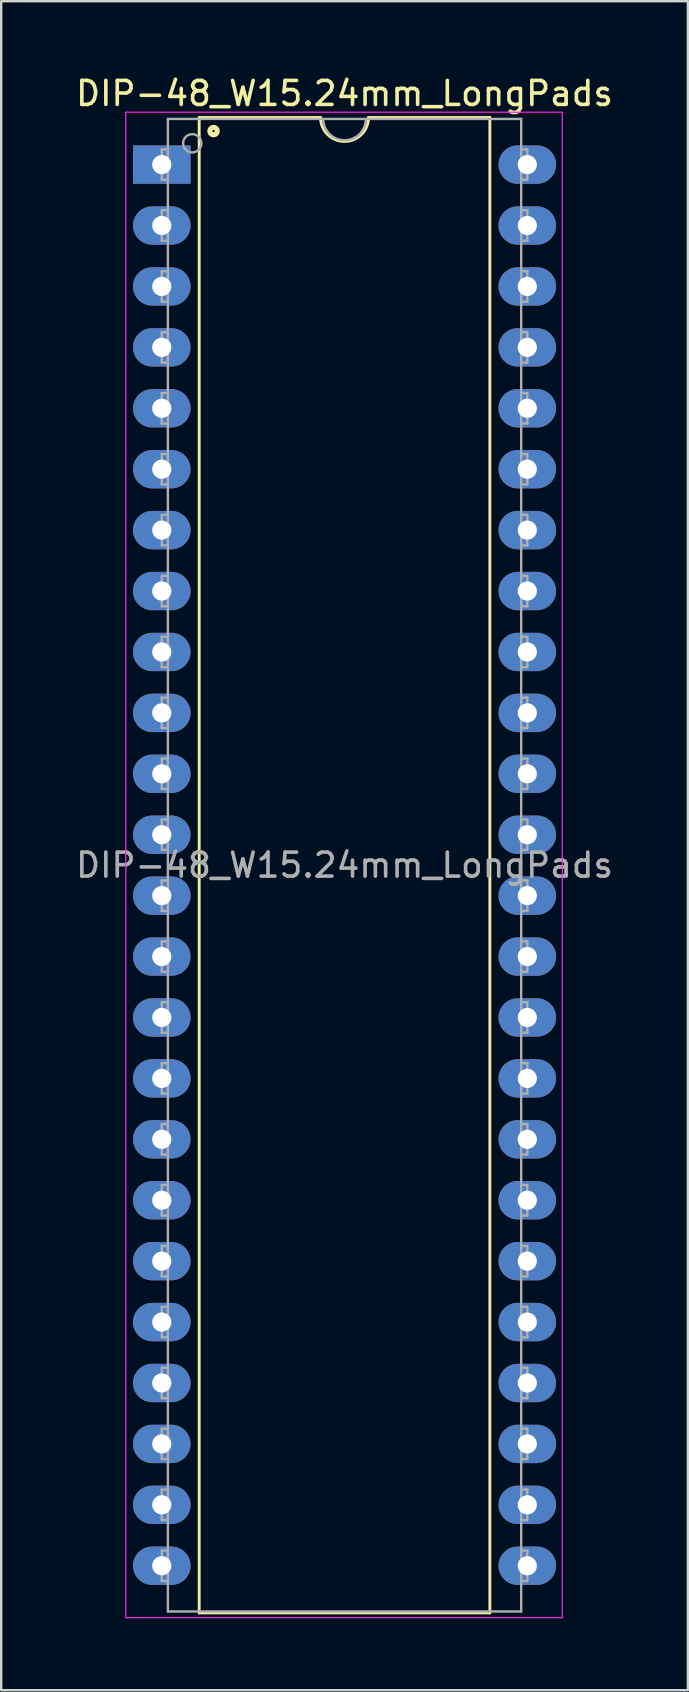
<source format=kicad_pcb>
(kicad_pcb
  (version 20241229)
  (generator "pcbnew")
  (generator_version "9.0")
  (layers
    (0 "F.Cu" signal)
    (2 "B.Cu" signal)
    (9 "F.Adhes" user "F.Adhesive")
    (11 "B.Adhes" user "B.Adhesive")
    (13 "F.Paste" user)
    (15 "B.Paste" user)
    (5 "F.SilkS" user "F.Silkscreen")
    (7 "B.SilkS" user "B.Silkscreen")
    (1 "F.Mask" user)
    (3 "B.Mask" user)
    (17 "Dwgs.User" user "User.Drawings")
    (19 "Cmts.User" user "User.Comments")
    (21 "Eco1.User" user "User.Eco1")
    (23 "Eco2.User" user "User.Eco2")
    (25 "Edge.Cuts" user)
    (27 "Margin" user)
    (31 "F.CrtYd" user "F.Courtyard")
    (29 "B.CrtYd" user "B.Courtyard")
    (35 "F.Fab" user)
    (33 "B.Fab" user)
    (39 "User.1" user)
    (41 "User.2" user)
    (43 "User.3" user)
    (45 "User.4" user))
  (footprint "DIP-48_W15.24mm_LongPads"
    (layer "F.Cu")
    (at 3.695 3.813)
    (property "Reference" "DIP-48_W15.24mm_LongPads" (at 7.62 -2.965 0) (layer "F.SilkS") (effects (font (size 1 1) (thickness 0.15))))
    (attr through_hole)
    (fp_line (start 1.56 -1.965) (end 1.56 60.385) (stroke (width 0.12) (type solid)) (layer "F.SilkS"))
    (fp_line (start 1.56 60.385) (end 13.68 60.385) (stroke (width 0.12) (type solid)) (layer "F.SilkS"))
    (fp_line (start 6.62 -1.965) (end 1.56 -1.965) (stroke (width 0.12) (type solid)) (layer "F.SilkS"))
    (fp_line (start 13.68 -1.965) (end 8.62 -1.965) (stroke (width 0.12) (type solid)) (layer "F.SilkS"))
    (fp_line (start 13.68 60.385) (end 13.68 -1.965) (stroke (width 0.12) (type solid)) (layer "F.SilkS"))
    (fp_arc (start 8.62 -1.965) (mid 7.62 -0.965) (end 6.62 -1.965) (stroke (width 0.12) (type solid)) (layer "F.SilkS"))
    (fp_circle (center 2.159 -1.397) (end 2.209 -1.397) (stroke (width 0.12) (type solid)) (fill no) (layer "F.SilkS"))
    (fp_circle (center 2.159 -1.397) (end 2.284 -1.397) (stroke (width 0.12) (type solid)) (fill no) (layer "F.SilkS"))
    (fp_circle (center 2.159 -1.397) (end 2.359 -1.397) (stroke (width 0.12) (type solid)) (fill no) (layer "F.SilkS"))
    (fp_line (start -1.5 -2.185) (end -1.5 60.585) (stroke (width 0.05) (type solid)) (layer "F.CrtYd"))
    (fp_line (start -1.5 60.585) (end 16.7 60.585) (stroke (width 0.05) (type solid)) (layer "F.CrtYd"))
    (fp_line (start 16.7 -2.185) (end -1.5 -2.185) (stroke (width 0.05) (type solid)) (layer "F.CrtYd"))
    (fp_line (start 16.7 60.585) (end 16.7 -2.185) (stroke (width 0.05) (type solid)) (layer "F.CrtYd"))
    (fp_line (start 0 -0.635) (end 0 0.635) (stroke (width 0.1) (type solid)) (layer "F.Fab"))
    (fp_line (start 0 -0.635) (end 0.254 -0.635) (stroke (width 0.1) (type solid)) (layer "F.Fab"))
    (fp_line (start 0 0.635) (end 0.254 0.635) (stroke (width 0.1) (type solid)) (layer "F.Fab"))
    (fp_line (start 0 1.905) (end 0 3.175) (stroke (width 0.1) (type solid)) (layer "F.Fab"))
    (fp_line (start 0 1.905) (end 0.254 1.905) (stroke (width 0.1) (type solid)) (layer "F.Fab"))
    (fp_line (start 0 3.175) (end 0.254 3.175) (stroke (width 0.1) (type solid)) (layer "F.Fab"))
    (fp_line (start 0 4.445) (end 0 5.715) (stroke (width 0.1) (type solid)) (layer "F.Fab"))
    (fp_line (start 0 4.445) (end 0.254 4.445) (stroke (width 0.1) (type solid)) (layer "F.Fab"))
    (fp_line (start 0 5.715) (end 0.254 5.715) (stroke (width 0.1) (type solid)) (layer "F.Fab"))
    (fp_line (start 0 6.985) (end 0 8.255) (stroke (width 0.1) (type solid)) (layer "F.Fab"))
    (fp_line (start 0 6.985) (end 0.254 6.985) (stroke (width 0.1) (type solid)) (layer "F.Fab"))
    (fp_line (start 0 8.255) (end 0.254 8.255) (stroke (width 0.1) (type solid)) (layer "F.Fab"))
    (fp_line (start 0 9.525) (end 0 10.795) (stroke (width 0.1) (type solid)) (layer "F.Fab"))
    (fp_line (start 0 9.525) (end 0.254 9.525) (stroke (width 0.1) (type solid)) (layer "F.Fab"))
    (fp_line (start 0 10.795) (end 0.254 10.795) (stroke (width 0.1) (type solid)) (layer "F.Fab"))
    (fp_line (start 0 12.065) (end 0 13.335) (stroke (width 0.1) (type solid)) (layer "F.Fab"))
    (fp_line (start 0 12.065) (end 0.254 12.065) (stroke (width 0.1) (type solid)) (layer "F.Fab"))
    (fp_line (start 0 13.335) (end 0.254 13.335) (stroke (width 0.1) (type solid)) (layer "F.Fab"))
    (fp_line (start 0 14.605) (end 0 15.875) (stroke (width 0.1) (type solid)) (layer "F.Fab"))
    (fp_line (start 0 14.605) (end 0.254 14.605) (stroke (width 0.1) (type solid)) (layer "F.Fab"))
    (fp_line (start 0 15.875) (end 0.254 15.875) (stroke (width 0.1) (type solid)) (layer "F.Fab"))
    (fp_line (start 0 17.145) (end 0 18.415) (stroke (width 0.1) (type solid)) (layer "F.Fab"))
    (fp_line (start 0 17.145) (end 0.254 17.145) (stroke (width 0.1) (type solid)) (layer "F.Fab"))
    (fp_line (start 0 18.415) (end 0.254 18.415) (stroke (width 0.1) (type solid)) (layer "F.Fab"))
    (fp_line (start 0 19.685) (end 0 20.955) (stroke (width 0.1) (type solid)) (layer "F.Fab"))
    (fp_line (start 0 19.685) (end 0.254 19.685) (stroke (width 0.1) (type solid)) (layer "F.Fab"))
    (fp_line (start 0 20.955) (end 0.254 20.955) (stroke (width 0.1) (type solid)) (layer "F.Fab"))
    (fp_line (start 0 22.225) (end 0 23.495) (stroke (width 0.1) (type solid)) (layer "F.Fab"))
    (fp_line (start 0 22.225) (end 0.254 22.225) (stroke (width 0.1) (type solid)) (layer "F.Fab"))
    (fp_line (start 0 23.495) (end 0.254 23.495) (stroke (width 0.1) (type solid)) (layer "F.Fab"))
    (fp_line (start 0 24.765) (end 0 26.035) (stroke (width 0.1) (type solid)) (layer "F.Fab"))
    (fp_line (start 0 24.765) (end 0.254 24.765) (stroke (width 0.1) (type solid)) (layer "F.Fab"))
    (fp_line (start 0 26.035) (end 0.254 26.035) (stroke (width 0.1) (type solid)) (layer "F.Fab"))
    (fp_line (start 0 27.305) (end 0 28.575) (stroke (width 0.1) (type solid)) (layer "F.Fab"))
    (fp_line (start 0 27.305) (end 0.254 27.305) (stroke (width 0.1) (type solid)) (layer "F.Fab"))
    (fp_line (start 0 28.575) (end 0.254 28.575) (stroke (width 0.1) (type solid)) (layer "F.Fab"))
    (fp_line (start 0 29.845) (end 0 31.115) (stroke (width 0.1) (type solid)) (layer "F.Fab"))
    (fp_line (start 0 29.845) (end 0.254 29.845) (stroke (width 0.1) (type solid)) (layer "F.Fab"))
    (fp_line (start 0 31.115) (end 0.254 31.115) (stroke (width 0.1) (type solid)) (layer "F.Fab"))
    (fp_line (start 0 32.385) (end 0 33.655) (stroke (width 0.1) (type solid)) (layer "F.Fab"))
    (fp_line (start 0 32.385) (end 0.254 32.385) (stroke (width 0.1) (type solid)) (layer "F.Fab"))
    (fp_line (start 0 33.655) (end 0.254 33.655) (stroke (width 0.1) (type solid)) (layer "F.Fab"))
    (fp_line (start 0 34.925) (end 0 36.195) (stroke (width 0.1) (type solid)) (layer "F.Fab"))
    (fp_line (start 0 34.925) (end 0.254 34.925) (stroke (width 0.1) (type solid)) (layer "F.Fab"))
    (fp_line (start 0 36.195) (end 0.254 36.195) (stroke (width 0.1) (type solid)) (layer "F.Fab"))
    (fp_line (start 0 37.465) (end 0 38.735) (stroke (width 0.1) (type solid)) (layer "F.Fab"))
    (fp_line (start 0 37.465) (end 0.254 37.465) (stroke (width 0.1) (type solid)) (layer "F.Fab"))
    (fp_line (start 0 38.735) (end 0.254 38.735) (stroke (width 0.1) (type solid)) (layer "F.Fab"))
    (fp_line (start 0 40.005) (end 0 41.275) (stroke (width 0.1) (type solid)) (layer "F.Fab"))
    (fp_line (start 0 40.005) (end 0.254 40.005) (stroke (width 0.1) (type solid)) (layer "F.Fab"))
    (fp_line (start 0 41.275) (end 0.254 41.275) (stroke (width 0.1) (type solid)) (layer "F.Fab"))
    (fp_line (start 0 42.545) (end 0 43.815) (stroke (width 0.1) (type solid)) (layer "F.Fab"))
    (fp_line (start 0 42.545) (end 0.254 42.545) (stroke (width 0.1) (type solid)) (layer "F.Fab"))
    (fp_line (start 0 43.815) (end 0.254 43.815) (stroke (width 0.1) (type solid)) (layer "F.Fab"))
    (fp_line (start 0 45.085) (end 0 46.355) (stroke (width 0.1) (type solid)) (layer "F.Fab"))
    (fp_line (start 0 45.085) (end 0.254 45.085) (stroke (width 0.1) (type solid)) (layer "F.Fab"))
    (fp_line (start 0 46.355) (end 0.254 46.355) (stroke (width 0.1) (type solid)) (layer "F.Fab"))
    (fp_line (start 0 47.625) (end 0 48.895) (stroke (width 0.1) (type solid)) (layer "F.Fab"))
    (fp_line (start 0 47.625) (end 0.254 47.625) (stroke (width 0.1) (type solid)) (layer "F.Fab"))
    (fp_line (start 0 48.895) (end 0.254 48.895) (stroke (width 0.1) (type solid)) (layer "F.Fab"))
    (fp_line (start 0 50.165) (end 0 51.435) (stroke (width 0.1) (type solid)) (layer "F.Fab"))
    (fp_line (start 0 50.165) (end 0.254 50.165) (stroke (width 0.1) (type solid)) (layer "F.Fab"))
    (fp_line (start 0 51.435) (end 0.254 51.435) (stroke (width 0.1) (type solid)) (layer "F.Fab"))
    (fp_line (start 0 52.705) (end 0 53.975) (stroke (width 0.1) (type solid)) (layer "F.Fab"))
    (fp_line (start 0 52.705) (end 0.254 52.705) (stroke (width 0.1) (type solid)) (layer "F.Fab"))
    (fp_line (start 0 53.975) (end 0.254 53.975) (stroke (width 0.1) (type solid)) (layer "F.Fab"))
    (fp_line (start 0 55.245) (end 0 56.515) (stroke (width 0.1) (type solid)) (layer "F.Fab"))
    (fp_line (start 0 55.245) (end 0.254 55.245) (stroke (width 0.1) (type solid)) (layer "F.Fab"))
    (fp_line (start 0 56.515) (end 0.254 56.515) (stroke (width 0.1) (type solid)) (layer "F.Fab"))
    (fp_line (start 0 57.785) (end 0 59.055) (stroke (width 0.1) (type solid)) (layer "F.Fab"))
    (fp_line (start 0 57.785) (end 0.254 57.785) (stroke (width 0.1) (type solid)) (layer "F.Fab"))
    (fp_line (start 0 59.055) (end 0.254 59.055) (stroke (width 0.1) (type solid)) (layer "F.Fab"))
    (fp_line (start 0.254 -1.905) (end 14.985 -1.905) (stroke (width 0.1) (type solid)) (layer "F.Fab"))
    (fp_line (start 0.255 60.325) (end 0.254 -1.905) (stroke (width 0.1) (type solid)) (layer "F.Fab"))
    (fp_line (start 14.985 -1.905) (end 14.985 60.325) (stroke (width 0.1) (type solid)) (layer "F.Fab"))
    (fp_line (start 14.985 60.325) (end 0.255 60.325) (stroke (width 0.1) (type solid)) (layer "F.Fab"))
    (fp_line (start 15.24 -0.635) (end 14.986 -0.635) (stroke (width 0.1) (type solid)) (layer "F.Fab"))
    (fp_line (start 15.24 0.635) (end 14.986 0.635) (stroke (width 0.1) (type solid)) (layer "F.Fab"))
    (fp_line (start 15.24 0.635) (end 15.24 -0.635) (stroke (width 0.1) (type solid)) (layer "F.Fab"))
    (fp_line (start 15.24 1.905) (end 14.986 1.905) (stroke (width 0.1) (type solid)) (layer "F.Fab"))
    (fp_line (start 15.24 3.175) (end 14.986 3.175) (stroke (width 0.1) (type solid)) (layer "F.Fab"))
    (fp_line (start 15.24 3.175) (end 15.24 1.905) (stroke (width 0.1) (type solid)) (layer "F.Fab"))
    (fp_line (start 15.24 4.445) (end 14.986 4.445) (stroke (width 0.1) (type solid)) (layer "F.Fab"))
    (fp_line (start 15.24 5.715) (end 14.986 5.715) (stroke (width 0.1) (type solid)) (layer "F.Fab"))
    (fp_line (start 15.24 5.715) (end 15.24 4.445) (stroke (width 0.1) (type solid)) (layer "F.Fab"))
    (fp_line (start 15.24 6.985) (end 14.986 6.985) (stroke (width 0.1) (type solid)) (layer "F.Fab"))
    (fp_line (start 15.24 8.255) (end 14.986 8.255) (stroke (width 0.1) (type solid)) (layer "F.Fab"))
    (fp_line (start 15.24 8.255) (end 15.24 6.985) (stroke (width 0.1) (type solid)) (layer "F.Fab"))
    (fp_line (start 15.24 9.525) (end 14.986 9.525) (stroke (width 0.1) (type solid)) (layer "F.Fab"))
    (fp_line (start 15.24 10.795) (end 14.986 10.795) (stroke (width 0.1) (type solid)) (layer "F.Fab"))
    (fp_line (start 15.24 10.795) (end 15.24 9.525) (stroke (width 0.1) (type solid)) (layer "F.Fab"))
    (fp_line (start 15.24 12.065) (end 14.986 12.065) (stroke (width 0.1) (type solid)) (layer "F.Fab"))
    (fp_line (start 15.24 13.335) (end 14.986 13.335) (stroke (width 0.1) (type solid)) (layer "F.Fab"))
    (fp_line (start 15.24 13.335) (end 15.24 12.065) (stroke (width 0.1) (type solid)) (layer "F.Fab"))
    (fp_line (start 15.24 14.605) (end 14.986 14.605) (stroke (width 0.1) (type solid)) (layer "F.Fab"))
    (fp_line (start 15.24 15.875) (end 14.986 15.875) (stroke (width 0.1) (type solid)) (layer "F.Fab"))
    (fp_line (start 15.24 15.875) (end 15.24 14.605) (stroke (width 0.1) (type solid)) (layer "F.Fab"))
    (fp_line (start 15.24 17.145) (end 14.986 17.145) (stroke (width 0.1) (type solid)) (layer "F.Fab"))
    (fp_line (start 15.24 18.415) (end 14.986 18.415) (stroke (width 0.1) (type solid)) (layer "F.Fab"))
    (fp_line (start 15.24 18.415) (end 15.24 17.145) (stroke (width 0.1) (type solid)) (layer "F.Fab"))
    (fp_line (start 15.24 19.685) (end 14.986 19.685) (stroke (width 0.1) (type solid)) (layer "F.Fab"))
    (fp_line (start 15.24 20.955) (end 14.986 20.955) (stroke (width 0.1) (type solid)) (layer "F.Fab"))
    (fp_line (start 15.24 20.955) (end 15.24 19.685) (stroke (width 0.1) (type solid)) (layer "F.Fab"))
    (fp_line (start 15.24 22.225) (end 14.986 22.225) (stroke (width 0.1) (type solid)) (layer "F.Fab"))
    (fp_line (start 15.24 23.495) (end 14.986 23.495) (stroke (width 0.1) (type solid)) (layer "F.Fab"))
    (fp_line (start 15.24 23.495) (end 15.24 22.225) (stroke (width 0.1) (type solid)) (layer "F.Fab"))
    (fp_line (start 15.24 24.765) (end 14.986 24.765) (stroke (width 0.1) (type solid)) (layer "F.Fab"))
    (fp_line (start 15.24 26.035) (end 14.986 26.035) (stroke (width 0.1) (type solid)) (layer "F.Fab"))
    (fp_line (start 15.24 26.035) (end 15.24 24.765) (stroke (width 0.1) (type solid)) (layer "F.Fab"))
    (fp_line (start 15.24 27.305) (end 14.986 27.305) (stroke (width 0.1) (type solid)) (layer "F.Fab"))
    (fp_line (start 15.24 28.575) (end 14.986 28.575) (stroke (width 0.1) (type solid)) (layer "F.Fab"))
    (fp_line (start 15.24 28.575) (end 15.24 27.305) (stroke (width 0.1) (type solid)) (layer "F.Fab"))
    (fp_line (start 15.24 29.845) (end 14.986 29.845) (stroke (width 0.1) (type solid)) (layer "F.Fab"))
    (fp_line (start 15.24 31.115) (end 14.986 31.115) (stroke (width 0.1) (type solid)) (layer "F.Fab"))
    (fp_line (start 15.24 31.115) (end 15.24 29.845) (stroke (width 0.1) (type solid)) (layer "F.Fab"))
    (fp_line (start 15.24 32.385) (end 14.986 32.385) (stroke (width 0.1) (type solid)) (layer "F.Fab"))
    (fp_line (start 15.24 33.655) (end 14.986 33.655) (stroke (width 0.1) (type solid)) (layer "F.Fab"))
    (fp_line (start 15.24 33.655) (end 15.24 32.385) (stroke (width 0.1) (type solid)) (layer "F.Fab"))
    (fp_line (start 15.24 34.925) (end 14.986 34.925) (stroke (width 0.1) (type solid)) (layer "F.Fab"))
    (fp_line (start 15.24 36.195) (end 14.986 36.195) (stroke (width 0.1) (type solid)) (layer "F.Fab"))
    (fp_line (start 15.24 36.195) (end 15.24 34.925) (stroke (width 0.1) (type solid)) (layer "F.Fab"))
    (fp_line (start 15.24 37.465) (end 14.986 37.465) (stroke (width 0.1) (type solid)) (layer "F.Fab"))
    (fp_line (start 15.24 38.735) (end 14.986 38.735) (stroke (width 0.1) (type solid)) (layer "F.Fab"))
    (fp_line (start 15.24 38.735) (end 15.24 37.465) (stroke (width 0.1) (type solid)) (layer "F.Fab"))
    (fp_line (start 15.24 40.005) (end 14.986 40.005) (stroke (width 0.1) (type solid)) (layer "F.Fab"))
    (fp_line (start 15.24 41.275) (end 14.986 41.275) (stroke (width 0.1) (type solid)) (layer "F.Fab"))
    (fp_line (start 15.24 41.275) (end 15.24 40.005) (stroke (width 0.1) (type solid)) (layer "F.Fab"))
    (fp_line (start 15.24 42.545) (end 14.986 42.545) (stroke (width 0.1) (type solid)) (layer "F.Fab"))
    (fp_line (start 15.24 43.815) (end 14.986 43.815) (stroke (width 0.1) (type solid)) (layer "F.Fab"))
    (fp_line (start 15.24 43.815) (end 15.24 42.545) (stroke (width 0.1) (type solid)) (layer "F.Fab"))
    (fp_line (start 15.24 45.085) (end 14.986 45.085) (stroke (width 0.1) (type solid)) (layer "F.Fab"))
    (fp_line (start 15.24 46.355) (end 14.986 46.355) (stroke (width 0.1) (type solid)) (layer "F.Fab"))
    (fp_line (start 15.24 46.355) (end 15.24 45.085) (stroke (width 0.1) (type solid)) (layer "F.Fab"))
    (fp_line (start 15.24 47.625) (end 14.986 47.625) (stroke (width 0.1) (type solid)) (layer "F.Fab"))
    (fp_line (start 15.24 48.895) (end 14.986 48.895) (stroke (width 0.1) (type solid)) (layer "F.Fab"))
    (fp_line (start 15.24 48.895) (end 15.24 47.625) (stroke (width 0.1) (type solid)) (layer "F.Fab"))
    (fp_line (start 15.24 50.165) (end 14.986 50.165) (stroke (width 0.1) (type solid)) (layer "F.Fab"))
    (fp_line (start 15.24 51.435) (end 14.986 51.435) (stroke (width 0.1) (type solid)) (layer "F.Fab"))
    (fp_line (start 15.24 51.435) (end 15.24 50.165) (stroke (width 0.1) (type solid)) (layer "F.Fab"))
    (fp_line (start 15.24 52.705) (end 14.986 52.705) (stroke (width 0.1) (type solid)) (layer "F.Fab"))
    (fp_line (start 15.24 53.975) (end 14.986 53.975) (stroke (width 0.1) (type solid)) (layer "F.Fab"))
    (fp_line (start 15.24 53.975) (end 15.24 52.705) (stroke (width 0.1) (type solid)) (layer "F.Fab"))
    (fp_line (start 15.24 55.245) (end 14.986 55.245) (stroke (width 0.1) (type solid)) (layer "F.Fab"))
    (fp_line (start 15.24 56.515) (end 14.986 56.515) (stroke (width 0.1) (type solid)) (layer "F.Fab"))
    (fp_line (start 15.24 56.515) (end 15.24 55.245) (stroke (width 0.1) (type solid)) (layer "F.Fab"))
    (fp_line (start 15.24 57.785) (end 14.986 57.785) (stroke (width 0.1) (type solid)) (layer "F.Fab"))
    (fp_line (start 15.24 59.055) (end 14.986 59.055) (stroke (width 0.1) (type solid)) (layer "F.Fab"))
    (fp_line (start 15.24 59.055) (end 15.24 57.785) (stroke (width 0.1) (type solid)) (layer "F.Fab"))
    (fp_arc (start 8.509 -1.905) (mid 7.62 -1.016) (end 6.731 -1.905) (stroke (width 0.1) (type solid)) (layer "F.Fab"))
    (fp_circle (center 1.27 -0.889) (end 1.651 -0.889) (stroke (width 0.1) (type solid)) (fill no) (layer "F.Fab"))
    (fp_text user "${REFERENCE}" (at 7.62 29.21 0) (layer "F.Fab") (effects (font (size 1 1) (thickness 0.15))))
    (pad "1" thru_hole rect (at 0 0) (size 2.4 1.6) (drill 0.8) (layers "*.Cu" "*.Mask"))
    (pad "2" thru_hole oval (at 0 2.54) (size 2.4 1.6) (drill 0.8) (layers "*.Cu" "*.Mask"))
    (pad "3" thru_hole oval (at 0 5.08) (size 2.4 1.6) (drill 0.8) (layers "*.Cu" "*.Mask"))
    (pad "4" thru_hole oval (at 0 7.62) (size 2.4 1.6) (drill 0.8) (layers "*.Cu" "*.Mask"))
    (pad "5" thru_hole oval (at 0 10.16) (size 2.4 1.6) (drill 0.8) (layers "*.Cu" "*.Mask"))
    (pad "6" thru_hole oval (at 0 12.7) (size 2.4 1.6) (drill 0.8) (layers "*.Cu" "*.Mask"))
    (pad "7" thru_hole oval (at 0 15.24) (size 2.4 1.6) (drill 0.8) (layers "*.Cu" "*.Mask"))
    (pad "8" thru_hole oval (at 0 17.78) (size 2.4 1.6) (drill 0.8) (layers "*.Cu" "*.Mask"))
    (pad "9" thru_hole oval (at 0 20.32) (size 2.4 1.6) (drill 0.8) (layers "*.Cu" "*.Mask"))
    (pad "10" thru_hole oval (at 0 22.86) (size 2.4 1.6) (drill 0.8) (layers "*.Cu" "*.Mask"))
    (pad "11" thru_hole oval (at 0 25.4) (size 2.4 1.6) (drill 0.8) (layers "*.Cu" "*.Mask"))
    (pad "12" thru_hole oval (at 0 27.94) (size 2.4 1.6) (drill 0.8) (layers "*.Cu" "*.Mask"))
    (pad "13" thru_hole oval (at 0 30.48) (size 2.4 1.6) (drill 0.8) (layers "*.Cu" "*.Mask"))
    (pad "14" thru_hole oval (at 0 33.02) (size 2.4 1.6) (drill 0.8) (layers "*.Cu" "*.Mask"))
    (pad "15" thru_hole oval (at 0 35.56) (size 2.4 1.6) (drill 0.8) (layers "*.Cu" "*.Mask"))
    (pad "16" thru_hole oval (at 0 38.1) (size 2.4 1.6) (drill 0.8) (layers "*.Cu" "*.Mask"))
    (pad "17" thru_hole oval (at 0 40.64) (size 2.4 1.6) (drill 0.8) (layers "*.Cu" "*.Mask"))
    (pad "18" thru_hole oval (at 0 43.18) (size 2.4 1.6) (drill 0.8) (layers "*.Cu" "*.Mask"))
    (pad "19" thru_hole oval (at 0 45.72) (size 2.4 1.6) (drill 0.8) (layers "*.Cu" "*.Mask"))
    (pad "20" thru_hole oval (at 0 48.26) (size 2.4 1.6) (drill 0.8) (layers "*.Cu" "*.Mask"))
    (pad "21" thru_hole oval (at 0 50.8) (size 2.4 1.6) (drill 0.8) (layers "*.Cu" "*.Mask"))
    (pad "22" thru_hole oval (at 0 53.34) (size 2.4 1.6) (drill 0.8) (layers "*.Cu" "*.Mask"))
    (pad "23" thru_hole oval (at 0 55.88) (size 2.4 1.6) (drill 0.8) (layers "*.Cu" "*.Mask"))
    (pad "24" thru_hole oval (at 0 58.42) (size 2.4 1.6) (drill 0.8) (layers "*.Cu" "*.Mask"))
    (pad "25" thru_hole oval (at 15.24 58.42) (size 2.4 1.6) (drill 0.8) (layers "*.Cu" "*.Mask"))
    (pad "26" thru_hole oval (at 15.24 55.88) (size 2.4 1.6) (drill 0.8) (layers "*.Cu" "*.Mask"))
    (pad "27" thru_hole oval (at 15.24 53.34) (size 2.4 1.6) (drill 0.8) (layers "*.Cu" "*.Mask"))
    (pad "28" thru_hole oval (at 15.24 50.8) (size 2.4 1.6) (drill 0.8) (layers "*.Cu" "*.Mask"))
    (pad "29" thru_hole oval (at 15.24 48.26) (size 2.4 1.6) (drill 0.8) (layers "*.Cu" "*.Mask"))
    (pad "30" thru_hole oval (at 15.24 45.72) (size 2.4 1.6) (drill 0.8) (layers "*.Cu" "*.Mask"))
    (pad "31" thru_hole oval (at 15.24 43.18) (size 2.4 1.6) (drill 0.8) (layers "*.Cu" "*.Mask"))
    (pad "32" thru_hole oval (at 15.24 40.64) (size 2.4 1.6) (drill 0.8) (layers "*.Cu" "*.Mask"))
    (pad "33" thru_hole oval (at 15.24 38.1) (size 2.4 1.6) (drill 0.8) (layers "*.Cu" "*.Mask"))
    (pad "34" thru_hole oval (at 15.24 35.56) (size 2.4 1.6) (drill 0.8) (layers "*.Cu" "*.Mask"))
    (pad "35" thru_hole oval (at 15.24 33.02) (size 2.4 1.6) (drill 0.8) (layers "*.Cu" "*.Mask"))
    (pad "36" thru_hole oval (at 15.24 30.48) (size 2.4 1.6) (drill 0.8) (layers "*.Cu" "*.Mask"))
    (pad "37" thru_hole oval (at 15.24 27.94) (size 2.4 1.6) (drill 0.8) (layers "*.Cu" "*.Mask"))
    (pad "38" thru_hole oval (at 15.24 25.4) (size 2.4 1.6) (drill 0.8) (layers "*.Cu" "*.Mask"))
    (pad "39" thru_hole oval (at 15.24 22.86) (size 2.4 1.6) (drill 0.8) (layers "*.Cu" "*.Mask"))
    (pad "40" thru_hole oval (at 15.24 20.32) (size 2.4 1.6) (drill 0.8) (layers "*.Cu" "*.Mask"))
    (pad "41" thru_hole oval (at 15.24 17.78) (size 2.4 1.6) (drill 0.8) (layers "*.Cu" "*.Mask"))
    (pad "42" thru_hole oval (at 15.24 15.24) (size 2.4 1.6) (drill 0.8) (layers "*.Cu" "*.Mask"))
    (pad "43" thru_hole oval (at 15.24 12.7) (size 2.4 1.6) (drill 0.8) (layers "*.Cu" "*.Mask"))
    (pad "44" thru_hole oval (at 15.24 10.16) (size 2.4 1.6) (drill 0.8) (layers "*.Cu" "*.Mask"))
    (pad "45" thru_hole oval (at 15.24 7.62) (size 2.4 1.6) (drill 0.8) (layers "*.Cu" "*.Mask"))
    (pad "46" thru_hole oval (at 15.24 5.08) (size 2.4 1.6) (drill 0.8) (layers "*.Cu" "*.Mask"))
    (pad "47" thru_hole oval (at 15.24 2.54) (size 2.4 1.6) (drill 0.8) (layers "*.Cu" "*.Mask"))
    (pad "48" thru_hole oval (at 15.24 0) (size 2.4 1.6) (drill 0.8) (layers "*.Cu" "*.Mask")))
  (gr_rect
    (start -3 -3)
    (end 25.631 67.423)
    (stroke (width 0.1) (type default))
    (fill no)
    (layer "Edge.Cuts")))
</source>
